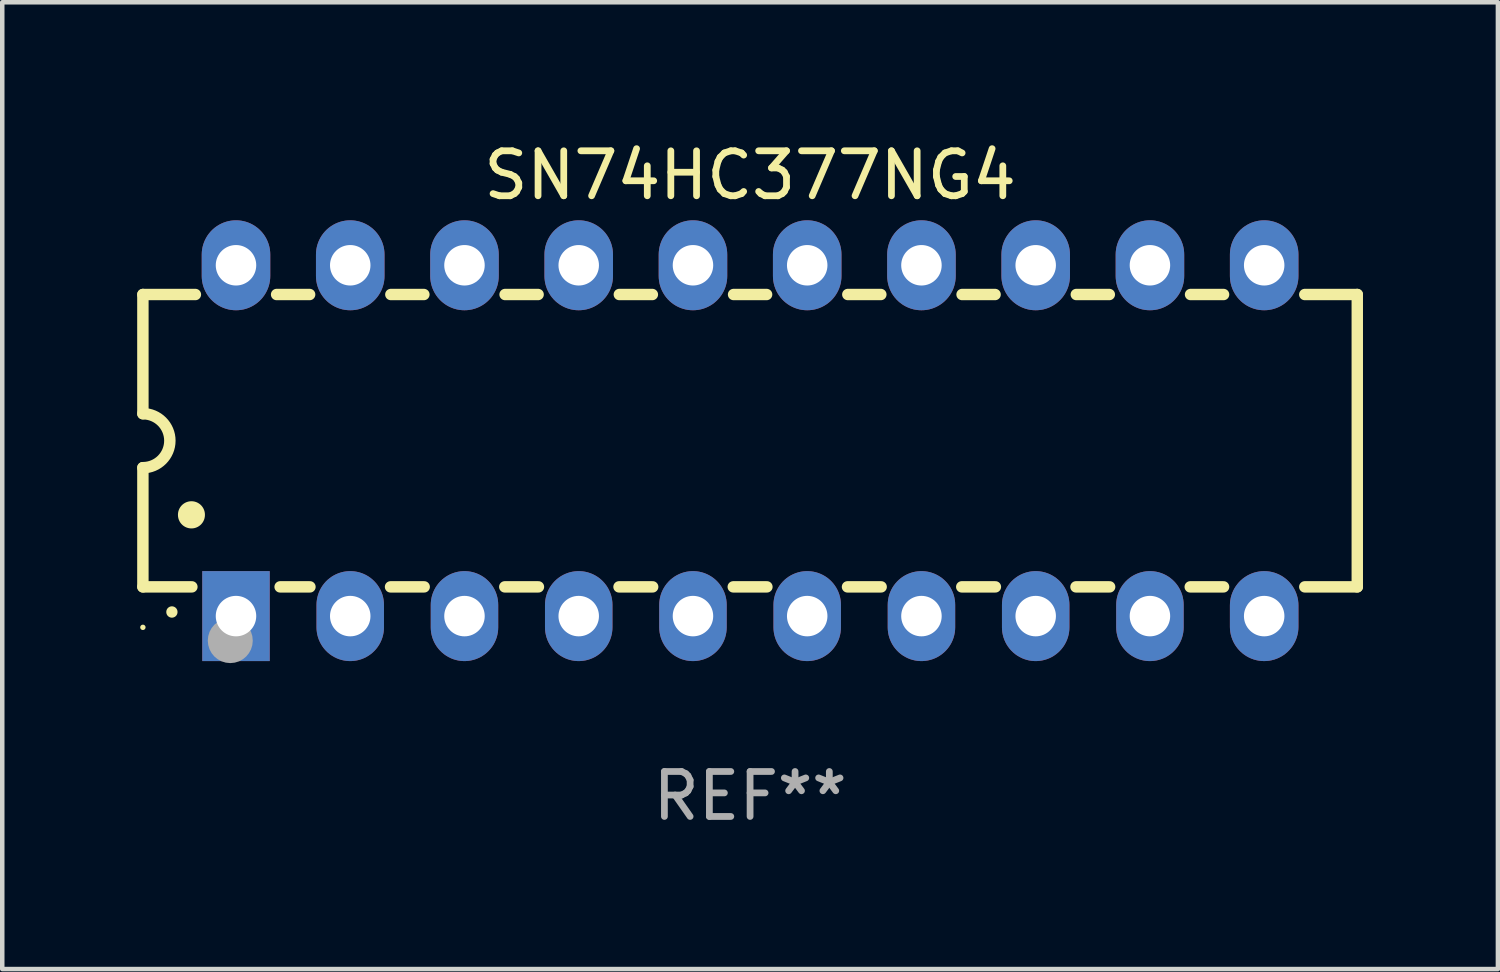
<source format=kicad_pcb>
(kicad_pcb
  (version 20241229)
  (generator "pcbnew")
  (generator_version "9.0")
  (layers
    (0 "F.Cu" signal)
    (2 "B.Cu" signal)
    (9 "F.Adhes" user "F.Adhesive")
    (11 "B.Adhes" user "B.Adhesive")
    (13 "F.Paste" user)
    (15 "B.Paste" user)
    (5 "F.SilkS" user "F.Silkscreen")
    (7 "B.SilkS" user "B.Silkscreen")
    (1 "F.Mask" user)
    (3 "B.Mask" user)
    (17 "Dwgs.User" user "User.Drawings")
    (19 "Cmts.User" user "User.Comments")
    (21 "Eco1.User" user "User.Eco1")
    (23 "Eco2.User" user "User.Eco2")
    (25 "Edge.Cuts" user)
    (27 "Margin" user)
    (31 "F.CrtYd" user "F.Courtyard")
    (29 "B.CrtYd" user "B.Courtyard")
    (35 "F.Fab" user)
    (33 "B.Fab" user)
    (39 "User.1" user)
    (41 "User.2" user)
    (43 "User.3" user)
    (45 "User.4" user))
  (footprint "SN74HC377NG4"
    (layer "F.Cu")
    (at 13.627 6.748)
    (property "Reference" "SN74HC377NG4" (at 0 -5.9 0) (layer "F.SilkS") (effects (font (size 1 1) (thickness 0.15))))
    (attr through_hole)
    (fp_line (start -13.5 -3.25) (end -12.333 -3.25) (stroke (width 0.254) (type solid)) (layer "F.SilkS"))
    (fp_line (start -13.5 -0.6) (end -13.5 -3.25) (stroke (width 0.254) (type solid)) (layer "F.SilkS"))
    (fp_line (start -13.5 3.25) (end -13.5 0.6) (stroke (width 0.254) (type solid)) (layer "F.SilkS"))
    (fp_line (start -13.5 3.25) (end -12.411 3.25) (stroke (width 0.254) (type solid)) (layer "F.SilkS"))
    (fp_line (start -10.527 -3.25) (end -9.793 -3.25) (stroke (width 0.254) (type solid)) (layer "F.SilkS"))
    (fp_line (start -10.449 3.25) (end -9.786 3.25) (stroke (width 0.254) (type solid)) (layer "F.SilkS"))
    (fp_line (start -7.994 3.25) (end -7.246 3.25) (stroke (width 0.254) (type solid)) (layer "F.SilkS"))
    (fp_line (start -7.987 -3.25) (end -7.253 -3.25) (stroke (width 0.254) (type solid)) (layer "F.SilkS"))
    (fp_line (start -5.454 3.25) (end -4.706 3.25) (stroke (width 0.254) (type solid)) (layer "F.SilkS"))
    (fp_line (start -5.447 -3.25) (end -4.713 -3.25) (stroke (width 0.254) (type solid)) (layer "F.SilkS"))
    (fp_line (start -2.914 3.25) (end -2.166 3.25) (stroke (width 0.254) (type solid)) (layer "F.SilkS"))
    (fp_line (start -2.907 -3.25) (end -2.173 -3.25) (stroke (width 0.254) (type solid)) (layer "F.SilkS"))
    (fp_line (start -0.374 3.25) (end 0.374 3.25) (stroke (width 0.254) (type solid)) (layer "F.SilkS"))
    (fp_line (start -0.367 -3.25) (end 0.367 -3.25) (stroke (width 0.254) (type solid)) (layer "F.SilkS"))
    (fp_line (start 2.166 3.25) (end 2.914 3.25) (stroke (width 0.254) (type solid)) (layer "F.SilkS"))
    (fp_line (start 2.173 -3.25) (end 2.907 -3.25) (stroke (width 0.254) (type solid)) (layer "F.SilkS"))
    (fp_line (start 4.706 3.25) (end 5.454 3.25) (stroke (width 0.254) (type solid)) (layer "F.SilkS"))
    (fp_line (start 4.713 -3.25) (end 5.447 -3.25) (stroke (width 0.254) (type solid)) (layer "F.SilkS"))
    (fp_line (start 7.246 3.25) (end 7.994 3.25) (stroke (width 0.254) (type solid)) (layer "F.SilkS"))
    (fp_line (start 7.253 -3.25) (end 7.987 -3.25) (stroke (width 0.254) (type solid)) (layer "F.SilkS"))
    (fp_line (start 9.786 3.25) (end 10.527 3.25) (stroke (width 0.254) (type solid)) (layer "F.SilkS"))
    (fp_line (start 9.793 -3.25) (end 10.527 -3.25) (stroke (width 0.254) (type solid)) (layer "F.SilkS"))
    (fp_line (start 12.333 -3.25) (end 13.5 -3.25) (stroke (width 0.254) (type solid)) (layer "F.SilkS"))
    (fp_line (start 12.333 3.25) (end 13.5 3.25) (stroke (width 0.254) (type solid)) (layer "F.SilkS"))
    (fp_line (start 13.5 -3.25) (end 13.5 3.25) (stroke (width 0.254) (type solid)) (layer "F.SilkS"))
    (fp_arc (start -13.500127 -0.599442) (mid -12.900406 0.000228) (end -13.500025 0.6) (stroke (width 0.254001) (type solid)) (layer "F.SilkS"))
    (fp_arc (start -12.854966 3.810008) (mid -12.854973 3.808738) (end -12.854966 3.807468) (stroke (width 0.25) (type solid)) (layer "F.SilkS"))
    (fp_arc (start -12.420625 1.651003) (mid -12.420636 1.648463) (end -12.420625 1.645923) (stroke (width 0.6) (type solid)) (layer "F.SilkS"))
    (fp_circle (center -13.5 4.15) (end -13.47 4.15) (stroke (width 0.06) (type solid)) (fill no) (layer "F.SilkS"))
    (fp_circle (center -11.557 4.445) (end -11.307 4.445) (stroke (width 0.5) (type solid)) (fill no) (layer "F.Fab"))
    (fp_text user "REF**" (at 0 7.9 0) (layer "F.Fab") (effects (font (size 1 1) (thickness 0.15))))
    (pad "1" thru_hole rect (at -11.43 3.9 90) (size 2 1.5) (drill 0.9) (layers "*.Cu" "*.Mask"))
    (pad "2" thru_hole oval (at -8.89 3.9 90) (size 2 1.5) (drill 0.9) (layers "*.Cu" "*.Mask"))
    (pad "3" thru_hole oval (at -6.35 3.9 90) (size 2 1.5) (drill 0.9) (layers "*.Cu" "*.Mask"))
    (pad "4" thru_hole oval (at -3.81 3.9 90) (size 2 1.5) (drill 0.9) (layers "*.Cu" "*.Mask"))
    (pad "5" thru_hole oval (at -1.27 3.9 90) (size 2 1.5) (drill 0.9) (layers "*.Cu" "*.Mask"))
    (pad "6" thru_hole oval (at 1.27 3.9 90) (size 2 1.5) (drill 0.9) (layers "*.Cu" "*.Mask"))
    (pad "7" thru_hole oval (at 3.81 3.9 90) (size 2 1.5) (drill 0.9) (layers "*.Cu" "*.Mask"))
    (pad "8" thru_hole oval (at 6.35 3.9 90) (size 2 1.5) (drill 0.9) (layers "*.Cu" "*.Mask"))
    (pad "9" thru_hole oval (at 8.89 3.9 90) (size 2 1.5) (drill 0.9) (layers "*.Cu" "*.Mask"))
    (pad "10" thru_hole oval (at 11.43 3.9 90) (size 2 1.524) (drill 0.9) (layers "*.Cu" "*.Mask"))
    (pad "11" thru_hole oval (at 11.43 -3.9 90) (size 2 1.524) (drill 0.9) (layers "*.Cu" "*.Mask"))
    (pad "12" thru_hole oval (at 8.89 -3.9 90) (size 2 1.524) (drill 0.9) (layers "*.Cu" "*.Mask"))
    (pad "13" thru_hole oval (at 6.35 -3.9 90) (size 2 1.524) (drill 0.9) (layers "*.Cu" "*.Mask"))
    (pad "14" thru_hole oval (at 3.81 -3.9 90) (size 2 1.524) (drill 0.9) (layers "*.Cu" "*.Mask"))
    (pad "15" thru_hole oval (at 1.27 -3.9 90) (size 2 1.524) (drill 0.9) (layers "*.Cu" "*.Mask"))
    (pad "16" thru_hole oval (at -1.27 -3.9 90) (size 2 1.524) (drill 0.9) (layers "*.Cu" "*.Mask"))
    (pad "17" thru_hole oval (at -3.81 -3.9 90) (size 2 1.524) (drill 0.9) (layers "*.Cu" "*.Mask"))
    (pad "18" thru_hole oval (at -6.35 -3.9 90) (size 2 1.524) (drill 0.9) (layers "*.Cu" "*.Mask"))
    (pad "19" thru_hole oval (at -8.89 -3.9 90) (size 2 1.524) (drill 0.9) (layers "*.Cu" "*.Mask"))
    (pad "20" thru_hole oval (at -11.43 -3.9 90) (size 2 1.524) (drill 0.9) (layers "*.Cu" "*.Mask")))
  (gr_rect
    (start -3 -3)
    (end 30.254 18.496)
    (stroke (width 0.1) (type default))
    (fill no)
    (layer "Edge.Cuts")))
</source>
